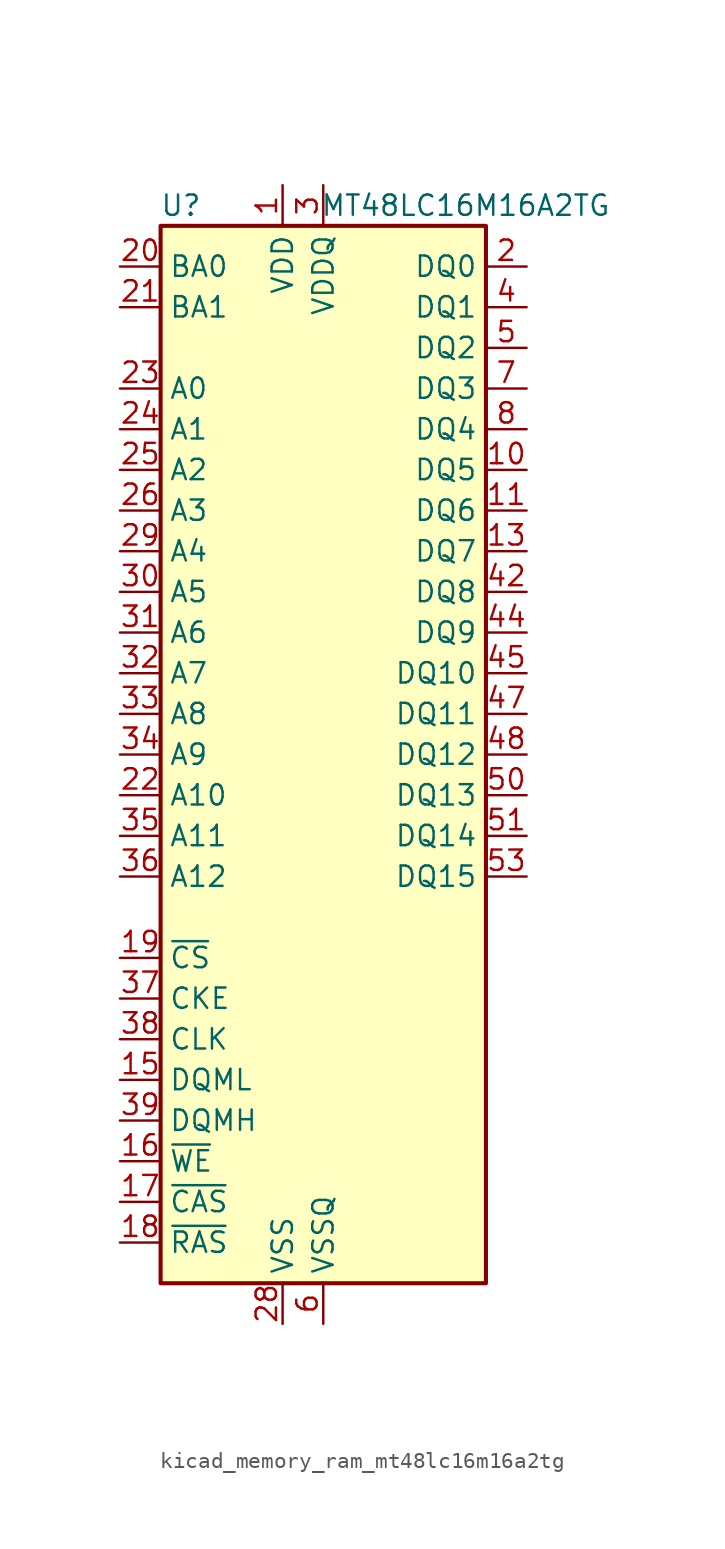
<source format=kicad_sym>
(kicad_symbol_lib
  (version 20220914)
  (generator kicad_symbol_editor)
  (symbol "kicad_memory_ram_mt48lc16m16a2tg"
    (property "Reference" "U"
      (at -8.89 34.29 0)
      (effects (font (size 1.27 1.27))))
    (property "Value" "MT48LC16M16A2TG"
      (at 8.89 34.29 0)
      (effects (font (size 1.27 1.27))))
    (symbol "kicad_memory_ram_mt48lc16m16a2tg_0_1"
      (rectangle (start -10.16 33.02) (end 10.16 -33.02) (stroke (width 0.254) (type default)) (fill (type background))))
    (symbol "kicad_memory_ram_mt48lc16m16a2tg_1_1"
      (pin power_in line (at -2.54 35.56 270) (length 2.54) (name "VDD" (effects (font (size 1.27 1.27)))) (number "1" (effects (font (size 1.27 1.27)))))
      (pin bidirectional line (at 12.7 17.78 180) (length 2.54) (name "DQ5" (effects (font (size 1.27 1.27)))) (number "10" (effects (font (size 1.27 1.27)))))
      (pin bidirectional line (at 12.7 15.24 180) (length 2.54) (name "DQ6" (effects (font (size 1.27 1.27)))) (number "11" (effects (font (size 1.27 1.27)))))
      (pin passive line (at 0 -35.56 90) (length 2.54) hide (name "VSSQ" (effects (font (size 1.27 1.27)))) (number "12" (effects (font (size 1.27 1.27)))))
      (pin bidirectional line (at 12.7 12.7 180) (length 2.54) (name "DQ7" (effects (font (size 1.27 1.27)))) (number "13" (effects (font (size 1.27 1.27)))))
      (pin passive line (at -2.54 35.56 270) (length 2.54) hide (name "VDD" (effects (font (size 1.27 1.27)))) (number "14" (effects (font (size 1.27 1.27)))))
      (pin input line (at -12.7 -20.32 0) (length 2.54) (name "DQML" (effects (font (size 1.27 1.27)))) (number "15" (effects (font (size 1.27 1.27)))))
      (pin input line (at -12.7 -25.4 0) (length 2.54) (name "~{WE}" (effects (font (size 1.27 1.27)))) (number "16" (effects (font (size 1.27 1.27)))))
      (pin input line (at -12.7 -27.94 0) (length 2.54) (name "~{CAS}" (effects (font (size 1.27 1.27)))) (number "17" (effects (font (size 1.27 1.27)))))
      (pin input line (at -12.7 -30.48 0) (length 2.54) (name "~{RAS}" (effects (font (size 1.27 1.27)))) (number "18" (effects (font (size 1.27 1.27)))))
      (pin input line (at -12.7 -12.7 0) (length 2.54) (name "~{CS}" (effects (font (size 1.27 1.27)))) (number "19" (effects (font (size 1.27 1.27)))))
      (pin bidirectional line (at 12.7 30.48 180) (length 2.54) (name "DQ0" (effects (font (size 1.27 1.27)))) (number "2" (effects (font (size 1.27 1.27)))))
      (pin input line (at -12.7 30.48 0) (length 2.54) (name "BA0" (effects (font (size 1.27 1.27)))) (number "20" (effects (font (size 1.27 1.27)))))
      (pin input line (at -12.7 27.94 0) (length 2.54) (name "BA1" (effects (font (size 1.27 1.27)))) (number "21" (effects (font (size 1.27 1.27)))))
      (pin input line (at -12.7 -2.54 0) (length 2.54) (name "A10" (effects (font (size 1.27 1.27)))) (number "22" (effects (font (size 1.27 1.27)))))
      (pin input line (at -12.7 22.86 0) (length 2.54) (name "A0" (effects (font (size 1.27 1.27)))) (number "23" (effects (font (size 1.27 1.27)))))
      (pin input line (at -12.7 20.32 0) (length 2.54) (name "A1" (effects (font (size 1.27 1.27)))) (number "24" (effects (font (size 1.27 1.27)))))
      (pin input line (at -12.7 17.78 0) (length 2.54) (name "A2" (effects (font (size 1.27 1.27)))) (number "25" (effects (font (size 1.27 1.27)))))
      (pin input line (at -12.7 15.24 0) (length 2.54) (name "A3" (effects (font (size 1.27 1.27)))) (number "26" (effects (font (size 1.27 1.27)))))
      (pin passive line (at -2.54 35.56 270) (length 2.54) hide (name "VDD" (effects (font (size 1.27 1.27)))) (number "27" (effects (font (size 1.27 1.27)))))
      (pin power_in line (at -2.54 -35.56 90) (length 2.54) (name "VSS" (effects (font (size 1.27 1.27)))) (number "28" (effects (font (size 1.27 1.27)))))
      (pin input line (at -12.7 12.7 0) (length 2.54) (name "A4" (effects (font (size 1.27 1.27)))) (number "29" (effects (font (size 1.27 1.27)))))
      (pin power_in line (at 0 35.56 270) (length 2.54) (name "VDDQ" (effects (font (size 1.27 1.27)))) (number "3" (effects (font (size 1.27 1.27)))))
      (pin input line (at -12.7 10.16 0) (length 2.54) (name "A5" (effects (font (size 1.27 1.27)))) (number "30" (effects (font (size 1.27 1.27)))))
      (pin input line (at -12.7 7.62 0) (length 2.54) (name "A6" (effects (font (size 1.27 1.27)))) (number "31" (effects (font (size 1.27 1.27)))))
      (pin input line (at -12.7 5.08 0) (length 2.54) (name "A7" (effects (font (size 1.27 1.27)))) (number "32" (effects (font (size 1.27 1.27)))))
      (pin input line (at -12.7 2.54 0) (length 2.54) (name "A8" (effects (font (size 1.27 1.27)))) (number "33" (effects (font (size 1.27 1.27)))))
      (pin input line (at -12.7 0 0) (length 2.54) (name "A9" (effects (font (size 1.27 1.27)))) (number "34" (effects (font (size 1.27 1.27)))))
      (pin input line (at -12.7 -5.08 0) (length 2.54) (name "A11" (effects (font (size 1.27 1.27)))) (number "35" (effects (font (size 1.27 1.27)))))
      (pin input line (at -12.7 -7.62 0) (length 2.54) (name "A12" (effects (font (size 1.27 1.27)))) (number "36" (effects (font (size 1.27 1.27)))))
      (pin input line (at -12.7 -15.24 0) (length 2.54) (name "CKE" (effects (font (size 1.27 1.27)))) (number "37" (effects (font (size 1.27 1.27)))))
      (pin input line (at -12.7 -17.78 0) (length 2.54) (name "CLK" (effects (font (size 1.27 1.27)))) (number "38" (effects (font (size 1.27 1.27)))))
      (pin input line (at -12.7 -22.86 0) (length 2.54) (name "DQMH" (effects (font (size 1.27 1.27)))) (number "39" (effects (font (size 1.27 1.27)))))
      (pin bidirectional line (at 12.7 27.94 180) (length 2.54) (name "DQ1" (effects (font (size 1.27 1.27)))) (number "4" (effects (font (size 1.27 1.27)))))
      (pin no_connect line (at 10.16 -20.32 180) (length 2.54) hide (name "NC" (effects (font (size 1.27 1.27)))) (number "40" (effects (font (size 1.27 1.27)))))
      (pin passive line (at -2.54 -35.56 90) (length 2.54) hide (name "VSS" (effects (font (size 1.27 1.27)))) (number "41" (effects (font (size 1.27 1.27)))))
      (pin bidirectional line (at 12.7 10.16 180) (length 2.54) (name "DQ8" (effects (font (size 1.27 1.27)))) (number "42" (effects (font (size 1.27 1.27)))))
      (pin passive line (at 0 35.56 270) (length 2.54) hide (name "VDDQ" (effects (font (size 1.27 1.27)))) (number "43" (effects (font (size 1.27 1.27)))))
      (pin bidirectional line (at 12.7 7.62 180) (length 2.54) (name "DQ9" (effects (font (size 1.27 1.27)))) (number "44" (effects (font (size 1.27 1.27)))))
      (pin bidirectional line (at 12.7 5.08 180) (length 2.54) (name "DQ10" (effects (font (size 1.27 1.27)))) (number "45" (effects (font (size 1.27 1.27)))))
      (pin passive line (at 0 -35.56 90) (length 2.54) hide (name "VSSQ" (effects (font (size 1.27 1.27)))) (number "46" (effects (font (size 1.27 1.27)))))
      (pin bidirectional line (at 12.7 2.54 180) (length 2.54) (name "DQ11" (effects (font (size 1.27 1.27)))) (number "47" (effects (font (size 1.27 1.27)))))
      (pin bidirectional line (at 12.7 0 180) (length 2.54) (name "DQ12" (effects (font (size 1.27 1.27)))) (number "48" (effects (font (size 1.27 1.27)))))
      (pin passive line (at 0 35.56 270) (length 2.54) hide (name "VDDQ" (effects (font (size 1.27 1.27)))) (number "49" (effects (font (size 1.27 1.27)))))
      (pin bidirectional line (at 12.7 25.4 180) (length 2.54) (name "DQ2" (effects (font (size 1.27 1.27)))) (number "5" (effects (font (size 1.27 1.27)))))
      (pin bidirectional line (at 12.7 -2.54 180) (length 2.54) (name "DQ13" (effects (font (size 1.27 1.27)))) (number "50" (effects (font (size 1.27 1.27)))))
      (pin bidirectional line (at 12.7 -5.08 180) (length 2.54) (name "DQ14" (effects (font (size 1.27 1.27)))) (number "51" (effects (font (size 1.27 1.27)))))
      (pin passive line (at 0 -35.56 90) (length 2.54) hide (name "VSSQ" (effects (font (size 1.27 1.27)))) (number "52" (effects (font (size 1.27 1.27)))))
      (pin bidirectional line (at 12.7 -7.62 180) (length 2.54) (name "DQ15" (effects (font (size 1.27 1.27)))) (number "53" (effects (font (size 1.27 1.27)))))
      (pin passive line (at -2.54 -35.56 90) (length 2.54) hide (name "VSS" (effects (font (size 1.27 1.27)))) (number "54" (effects (font (size 1.27 1.27)))))
      (pin power_in line (at 0 -35.56 90) (length 2.54) (name "VSSQ" (effects (font (size 1.27 1.27)))) (number "6" (effects (font (size 1.27 1.27)))))
      (pin bidirectional line (at 12.7 22.86 180) (length 2.54) (name "DQ3" (effects (font (size 1.27 1.27)))) (number "7" (effects (font (size 1.27 1.27)))))
      (pin bidirectional line (at 12.7 20.32 180) (length 2.54) (name "DQ4" (effects (font (size 1.27 1.27)))) (number "8" (effects (font (size 1.27 1.27)))))
      (pin passive line (at 0 35.56 270) (length 2.54) hide (name "VDDQ" (effects (font (size 1.27 1.27)))) (number "9" (effects (font (size 1.27 1.27))))))))
</source>
